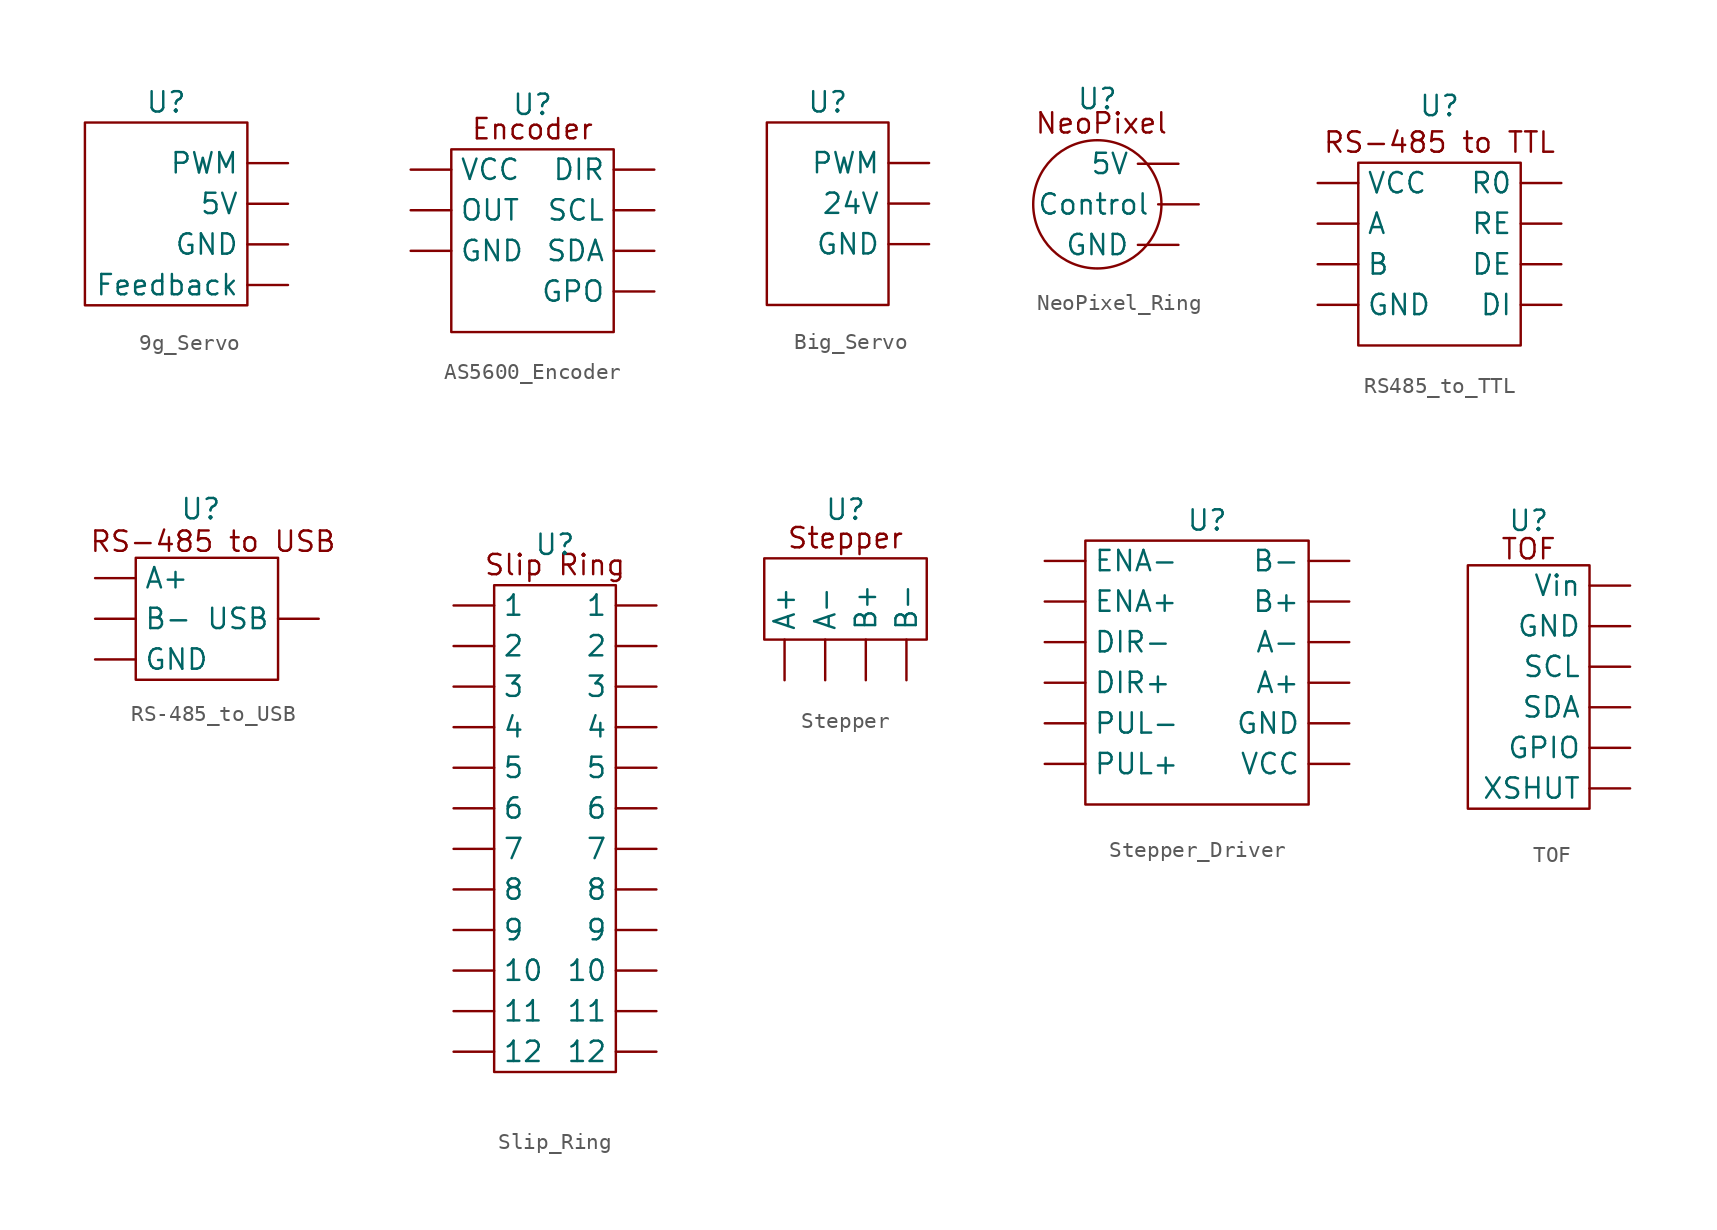
<source format=kicad_sym>
(kicad_symbol_lib
  (version 20241209)
  (generator "kicad_symbol_editor")
  (generator_version "9.0")
  (symbol "9g_Servo"
    (property "Reference" "U"
      (at 0 0 0)
      (effects (font (size 1.27 1.27))))
    (property "Value" ""
      (at 0 0 0)
      (effects (font (size 1.27 1.27))))
    (symbol "9g_Servo_0_1"
      (rectangle (start -5.08 -1.27) (end 5.08 -12.7) (stroke (width 0) (type default)) (fill (type none))))
    (symbol "9g_Servo_1_1"
      (pin input line (at 7.62 -3.81 180) (length 2.54) (name "PWM" (effects (font (size 1.27 1.27)))) (number "" (effects (font (size 1.27 1.27)))))
      (pin input line (at 7.62 -6.35 180) (length 2.54) (name "5V" (effects (font (size 1.27 1.27)))) (number "" (effects (font (size 1.27 1.27)))))
      (pin input line (at 7.62 -8.89 180) (length 2.54) (name "GND" (effects (font (size 1.27 1.27)))) (number "" (effects (font (size 1.27 1.27)))))
      (pin input line (at 7.62 -11.43 180) (length 2.54) (name "Feedback" (effects (font (size 1.27 1.27)))) (number "" (effects (font (size 1.27 1.27)))))))
  (symbol "AS5600_Encoder"
    (property "Reference" "U"
      (at 0 1.524 0)
      (effects (font (size 1.27 1.27))))
    (property "Value" ""
      (at 0 0 0)
      (effects (font (size 1.27 1.27))))
    (symbol "AS5600_Encoder_0_1"
      (rectangle (start -5.08 -1.27) (end 5.08 -12.7) (stroke (width 0) (type default)) (fill (type none))))
    (symbol "AS5600_Encoder_1_1"
      (text "Encoder" (at 0 0 0) (effects (font (size 1.27 1.27))))
      (pin input line (at -7.62 -2.54 0) (length 2.54) (name "VCC" (effects (font (size 1.27 1.27)))) (number "" (effects (font (size 1.27 1.27)))))
      (pin input line (at -7.62 -5.08 0) (length 2.54) (name "OUT" (effects (font (size 1.27 1.27)))) (number "" (effects (font (size 1.27 1.27)))))
      (pin input line (at -7.62 -7.62 0) (length 2.54) (name "GND" (effects (font (size 1.27 1.27)))) (number "" (effects (font (size 1.27 1.27)))))
      (pin input line (at 7.62 -2.54 180) (length 2.54) (name "DIR" (effects (font (size 1.27 1.27)))) (number "" (effects (font (size 1.27 1.27)))))
      (pin input line (at 7.62 -5.08 180) (length 2.54) (name "SCL" (effects (font (size 1.27 1.27)))) (number "" (effects (font (size 1.27 1.27)))))
      (pin input line (at 7.62 -7.62 180) (length 2.54) (name "SDA" (effects (font (size 1.27 1.27)))) (number "" (effects (font (size 1.27 1.27)))))
      (pin input line (at 7.62 -10.16 180) (length 2.54) (name "GPO" (effects (font (size 1.27 1.27)))) (number "" (effects (font (size 1.27 1.27)))))))
  (symbol "Big_Servo"
    (property "Reference" "U"
      (at 0 0 0)
      (effects (font (size 1.27 1.27))))
    (property "Value" ""
      (at 0 0 0)
      (effects (font (size 1.27 1.27))))
    (symbol "Big_Servo_0_1"
      (rectangle (start -3.81 -1.27) (end 3.81 -12.7) (stroke (width 0) (type default)) (fill (type none))))
    (symbol "Big_Servo_1_1"
      (pin input line (at 6.35 -3.81 180) (length 2.54) (name "PWM" (effects (font (size 1.27 1.27)))) (number "" (effects (font (size 1.27 1.27)))))
      (pin input line (at 6.35 -6.35 180) (length 2.54) (name "24V" (effects (font (size 1.27 1.27)))) (number "" (effects (font (size 1.27 1.27)))))
      (pin input line (at 6.35 -8.89 180) (length 2.54) (name "GND" (effects (font (size 1.27 1.27)))) (number "" (effects (font (size 1.27 1.27)))))))
  (symbol "NeoPixel_Ring"
    (property "Reference" "U"
      (at 0 1.524 0)
      (effects (font (size 1.27 1.27))))
    (property "Value" ""
      (at 0 0 0)
      (effects (font (size 1.27 1.27))))
    (symbol "NeoPixel_Ring_0_1"
      (circle (center 0 -5.08) (radius 4.016) (stroke (width 0) (type default)) (fill (type none))))
    (symbol "NeoPixel_Ring_1_1"
      (text "NeoPixel" (at 0.254 0 0) (effects (font (size 1.27 1.27))))
      (pin input line (at 5.08 -2.54 180) (length 2.54) (name "5V" (effects (font (size 1.27 1.27)))) (number "" (effects (font (size 1.27 1.27)))))
      (pin input line (at 5.08 -7.62 180) (length 2.54) (name "GND" (effects (font (size 1.27 1.27)))) (number "" (effects (font (size 1.27 1.27)))))
      (pin input line (at 6.35 -5.08 180) (length 2.54) (name "Control" (effects (font (size 1.27 1.27)))) (number "" (effects (font (size 1.27 1.27)))))))
  (symbol "RS485_to_TTL"
    (property "Reference" "U"
      (at 0 2.286 0)
      (effects (font (size 1.27 1.27))))
    (property "Value" ""
      (at 0 0 0)
      (effects (font (size 1.27 1.27))))
    (symbol "RS485_to_TTL_0_1"
      (rectangle (start -5.08 -1.27) (end 5.08 -12.7) (stroke (width 0) (type default)) (fill (type none))))
    (symbol "RS485_to_TTL_1_1"
      (text "RS-485 to TTL\n" (at 0 0 0) (effects (font (size 1.27 1.27))))
      (pin input line (at -7.62 -2.54 0) (length 2.54) (name "VCC" (effects (font (size 1.27 1.27)))) (number "" (effects (font (size 1.27 1.27)))))
      (pin input line (at -7.62 -5.08 0) (length 2.54) (name "A" (effects (font (size 1.27 1.27)))) (number "" (effects (font (size 1.27 1.27)))))
      (pin input line (at -7.62 -7.62 0) (length 2.54) (name "B" (effects (font (size 1.27 1.27)))) (number "" (effects (font (size 1.27 1.27)))))
      (pin input line (at -7.62 -10.16 0) (length 2.54) (name "GND" (effects (font (size 1.27 1.27)))) (number "" (effects (font (size 1.27 1.27)))))
      (pin input line (at 7.62 -2.54 180) (length 2.54) (name "R0" (effects (font (size 1.27 1.27)))) (number "" (effects (font (size 1.27 1.27)))))
      (pin input line (at 7.62 -5.08 180) (length 2.54) (name "RE" (effects (font (size 1.27 1.27)))) (number "" (effects (font (size 1.27 1.27)))))
      (pin input line (at 7.62 -7.62 180) (length 2.54) (name "DE" (effects (font (size 1.27 1.27)))) (number "" (effects (font (size 1.27 1.27)))))
      (pin input line (at 7.62 -10.16 180) (length 2.54) (name "DI" (effects (font (size 1.27 1.27)))) (number "" (effects (font (size 1.27 1.27)))))))
  (symbol "RS-485_to_USB"
    (property "Reference" "U"
      (at 0.254 1.778 0)
      (effects (font (size 1.27 1.27))))
    (property "Value" ""
      (at 0 0 0)
      (effects (font (size 1.27 1.27))))
    (symbol "RS-485_to_USB_0_1"
      (rectangle (start -3.81 -1.27) (end 5.08 -8.89) (stroke (width 0) (type default)) (fill (type none))))
    (symbol "RS-485_to_USB_1_1"
      (text "RS-485 to USB" (at 1.016 -0.254 0) (effects (font (size 1.27 1.27))))
      (pin input line (at -6.35 -2.54 0) (length 2.54) (name "A+" (effects (font (size 1.27 1.27)))) (number "" (effects (font (size 1.27 1.27)))))
      (pin input line (at -6.35 -5.08 0) (length 2.54) (name "B-" (effects (font (size 1.27 1.27)))) (number "" (effects (font (size 1.27 1.27)))))
      (pin input line (at -6.35 -7.62 0) (length 2.54) (name "GND" (effects (font (size 1.27 1.27)))) (number "" (effects (font (size 1.27 1.27)))))
      (pin input line (at 7.62 -5.08 180) (length 2.54) (name "USB" (effects (font (size 1.27 1.27)))) (number "" (effects (font (size 1.27 1.27)))))))
  (symbol "Slip_Ring"
    (property "Reference" "U"
      (at 0 0 0)
      (effects (font (size 1.27 1.27))))
    (property "Value" ""
      (at 0 0 0)
      (effects (font (size 1.27 1.27))))
    (symbol "Slip_Ring_0_1"
      (rectangle (start -3.81 -2.54) (end 3.81 -33.02) (stroke (width 0) (type default)) (fill (type none))))
    (symbol "Slip_Ring_1_1"
      (text "Slip Ring" (at 0 -1.27 0) (effects (font (size 1.27 1.27))))
      (pin input line (at -6.35 -3.81 0) (length 2.54) (name "1" (effects (font (size 1.27 1.27)))) (number "" (effects (font (size 1.27 1.27)))))
      (pin input line (at -6.35 -6.35 0) (length 2.54) (name "2" (effects (font (size 1.27 1.27)))) (number "" (effects (font (size 1.27 1.27)))))
      (pin input line (at -6.35 -8.89 0) (length 2.54) (name "3" (effects (font (size 1.27 1.27)))) (number "" (effects (font (size 1.27 1.27)))))
      (pin input line (at -6.35 -11.43 0) (length 2.54) (name "4" (effects (font (size 1.27 1.27)))) (number "" (effects (font (size 1.27 1.27)))))
      (pin input line (at -6.35 -13.97 0) (length 2.54) (name "5" (effects (font (size 1.27 1.27)))) (number "" (effects (font (size 1.27 1.27)))))
      (pin input line (at -6.35 -16.51 0) (length 2.54) (name "6" (effects (font (size 1.27 1.27)))) (number "" (effects (font (size 1.27 1.27)))))
      (pin input line (at -6.35 -19.05 0) (length 2.54) (name "7" (effects (font (size 1.27 1.27)))) (number "" (effects (font (size 1.27 1.27)))))
      (pin input line (at -6.35 -21.59 0) (length 2.54) (name "8" (effects (font (size 1.27 1.27)))) (number "" (effects (font (size 1.27 1.27)))))
      (pin input line (at -6.35 -24.13 0) (length 2.54) (name "9" (effects (font (size 1.27 1.27)))) (number "" (effects (font (size 1.27 1.27)))))
      (pin input line (at -6.35 -26.67 0) (length 2.54) (name "10" (effects (font (size 1.27 1.27)))) (number "" (effects (font (size 1.27 1.27)))))
      (pin input line (at -6.35 -29.21 0) (length 2.54) (name "11" (effects (font (size 1.27 1.27)))) (number "" (effects (font (size 1.27 1.27)))))
      (pin input line (at -6.35 -31.75 0) (length 2.54) (name "12" (effects (font (size 1.27 1.27)))) (number "" (effects (font (size 1.27 1.27)))))
      (pin input line (at 6.35 -3.81 180) (length 2.54) (name "1" (effects (font (size 1.27 1.27)))) (number "" (effects (font (size 1.27 1.27)))))
      (pin input line (at 6.35 -6.35 180) (length 2.54) (name "2" (effects (font (size 1.27 1.27)))) (number "" (effects (font (size 1.27 1.27)))))
      (pin input line (at 6.35 -8.89 180) (length 2.54) (name "3" (effects (font (size 1.27 1.27)))) (number "" (effects (font (size 1.27 1.27)))))
      (pin input line (at 6.35 -11.43 180) (length 2.54) (name "4" (effects (font (size 1.27 1.27)))) (number "" (effects (font (size 1.27 1.27)))))
      (pin input line (at 6.35 -13.97 180) (length 2.54) (name "5" (effects (font (size 1.27 1.27)))) (number "" (effects (font (size 1.27 1.27)))))
      (pin input line (at 6.35 -16.51 180) (length 2.54) (name "6" (effects (font (size 1.27 1.27)))) (number "" (effects (font (size 1.27 1.27)))))
      (pin input line (at 6.35 -19.05 180) (length 2.54) (name "7" (effects (font (size 1.27 1.27)))) (number "" (effects (font (size 1.27 1.27)))))
      (pin input line (at 6.35 -21.59 180) (length 2.54) (name "8" (effects (font (size 1.27 1.27)))) (number "" (effects (font (size 1.27 1.27)))))
      (pin input line (at 6.35 -24.13 180) (length 2.54) (name "9" (effects (font (size 1.27 1.27)))) (number "" (effects (font (size 1.27 1.27)))))
      (pin input line (at 6.35 -26.67 180) (length 2.54) (name "10" (effects (font (size 1.27 1.27)))) (number "" (effects (font (size 1.27 1.27)))))
      (pin input line (at 6.35 -29.21 180) (length 2.54) (name "11" (effects (font (size 1.27 1.27)))) (number "" (effects (font (size 1.27 1.27)))))
      (pin input line (at 6.35 -31.75 180) (length 2.54) (name "12" (effects (font (size 1.27 1.27)))) (number "" (effects (font (size 1.27 1.27)))))))
  (symbol "Stepper"
    (property "Reference" "U"
      (at 0 1.778 0)
      (effects (font (size 1.27 1.27))))
    (property "Value" ""
      (at 0 0 0)
      (effects (font (size 1.27 1.27))))
    (symbol "Stepper_0_1"
      (rectangle (start -5.08 -1.27) (end 5.08 -6.35) (stroke (width 0) (type default)) (fill (type none))))
    (symbol "Stepper_1_1"
      (text "Stepper" (at 0 0 0) (effects (font (size 1.27 1.27))))
      (pin input line (at -3.81 -8.89 90) (length 2.54) (name "A+" (effects (font (size 1.27 1.27)))) (number "" (effects (font (size 1.27 1.27)))))
      (pin input line (at -1.27 -8.89 90) (length 2.54) (name "A-" (effects (font (size 1.27 1.27)))) (number "" (effects (font (size 1.27 1.27)))))
      (pin input line (at 1.27 -8.89 90) (length 2.54) (name "B+" (effects (font (size 1.27 1.27)))) (number "" (effects (font (size 1.27 1.27)))))
      (pin input line (at 3.81 -8.89 90) (length 2.54) (name "B-" (effects (font (size 1.27 1.27)))) (number "" (effects (font (size 1.27 1.27)))))))
  (symbol "Stepper_Driver"
    (property "Reference" "U"
      (at 0 0 0)
      (effects (font (size 1.27 1.27))))
    (property "Value" ""
      (at 0 0 0)
      (effects (font (size 1.27 1.27))))
    (symbol "Stepper_Driver_0_1"
      (rectangle (start -7.62 -1.27) (end 6.35 -17.78) (stroke (width 0) (type default)) (fill (type none))))
    (symbol "Stepper_Driver_1_1"
      (pin input line (at -10.16 -2.54 0) (length 2.54) (name "ENA-" (effects (font (size 1.27 1.27)))) (number "" (effects (font (size 1.27 1.27)))))
      (pin input line (at -10.16 -5.08 0) (length 2.54) (name "ENA+" (effects (font (size 1.27 1.27)))) (number "" (effects (font (size 1.27 1.27)))))
      (pin input line (at -10.16 -7.62 0) (length 2.54) (name "DIR-" (effects (font (size 1.27 1.27)))) (number "" (effects (font (size 1.27 1.27)))))
      (pin input line (at -10.16 -10.16 0) (length 2.54) (name "DIR+" (effects (font (size 1.27 1.27)))) (number "" (effects (font (size 1.27 1.27)))))
      (pin input line (at -10.16 -12.7 0) (length 2.54) (name "PUL-" (effects (font (size 1.27 1.27)))) (number "" (effects (font (size 1.27 1.27)))))
      (pin input line (at -10.16 -15.24 0) (length 2.54) (name "PUL+" (effects (font (size 1.27 1.27)))) (number "" (effects (font (size 1.27 1.27)))))
      (pin input line (at 8.89 -2.54 180) (length 2.54) (name "B-" (effects (font (size 1.27 1.27)))) (number "" (effects (font (size 1.27 1.27)))))
      (pin input line (at 8.89 -5.08 180) (length 2.54) (name "B+" (effects (font (size 1.27 1.27)))) (number "" (effects (font (size 1.27 1.27)))))
      (pin input line (at 8.89 -7.62 180) (length 2.54) (name "A-" (effects (font (size 1.27 1.27)))) (number "" (effects (font (size 1.27 1.27)))))
      (pin input line (at 8.89 -10.16 180) (length 2.54) (name "A+" (effects (font (size 1.27 1.27)))) (number "" (effects (font (size 1.27 1.27)))))
      (pin input line (at 8.89 -12.7 180) (length 2.54) (name "GND" (effects (font (size 1.27 1.27)))) (number "" (effects (font (size 1.27 1.27)))))
      (pin input line (at 8.89 -15.24 180) (length 2.54) (name "VCC" (effects (font (size 1.27 1.27)))) (number "" (effects (font (size 1.27 1.27)))))))
  (symbol "TOF"
    (property "Reference" "U"
      (at 0 1.524 0)
      (effects (font (size 1.27 1.27))))
    (property "Value" ""
      (at 0 0 0)
      (effects (font (size 1.27 1.27))))
    (symbol "TOF_0_1"
      (rectangle (start 3.81 -1.27) (end -3.81 -16.51) (stroke (width 0) (type default)) (fill (type none))))
    (symbol "TOF_1_1"
      (text "TOF" (at 0 -0.254 0) (effects (font (size 1.27 1.27))))
      (pin input line (at 6.35 -2.54 180) (length 2.54) (name "Vin" (effects (font (size 1.27 1.27)))) (number "" (effects (font (size 1.27 1.27)))))
      (pin input line (at 6.35 -5.08 180) (length 2.54) (name "GND" (effects (font (size 1.27 1.27)))) (number "" (effects (font (size 1.27 1.27)))))
      (pin input line (at 6.35 -7.62 180) (length 2.54) (name "SCL" (effects (font (size 1.27 1.27)))) (number "" (effects (font (size 1.27 1.27)))))
      (pin input line (at 6.35 -10.16 180) (length 2.54) (name "SDA" (effects (font (size 1.27 1.27)))) (number "" (effects (font (size 1.27 1.27)))))
      (pin input line (at 6.35 -12.7 180) (length 2.54) (name "GPIO" (effects (font (size 1.27 1.27)))) (number "" (effects (font (size 1.27 1.27)))))
      (pin input line (at 6.35 -15.24 180) (length 2.54) (name "XSHUT" (effects (font (size 1.27 1.27)))) (number "" (effects (font (size 1.27 1.27))))))))
</source>
